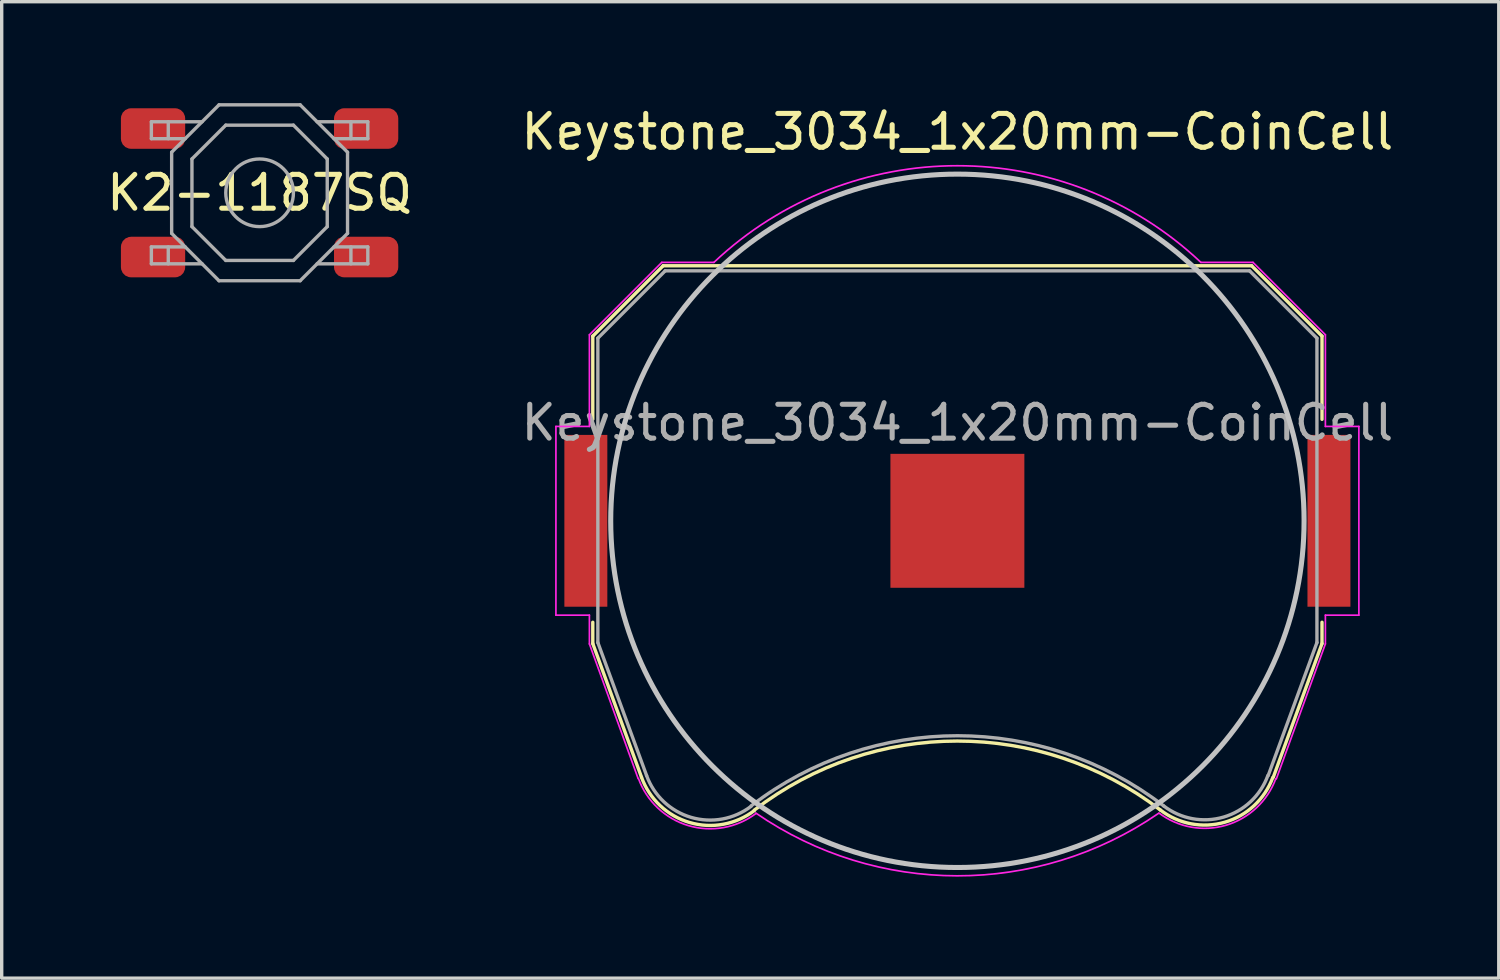
<source format=kicad_pcb>
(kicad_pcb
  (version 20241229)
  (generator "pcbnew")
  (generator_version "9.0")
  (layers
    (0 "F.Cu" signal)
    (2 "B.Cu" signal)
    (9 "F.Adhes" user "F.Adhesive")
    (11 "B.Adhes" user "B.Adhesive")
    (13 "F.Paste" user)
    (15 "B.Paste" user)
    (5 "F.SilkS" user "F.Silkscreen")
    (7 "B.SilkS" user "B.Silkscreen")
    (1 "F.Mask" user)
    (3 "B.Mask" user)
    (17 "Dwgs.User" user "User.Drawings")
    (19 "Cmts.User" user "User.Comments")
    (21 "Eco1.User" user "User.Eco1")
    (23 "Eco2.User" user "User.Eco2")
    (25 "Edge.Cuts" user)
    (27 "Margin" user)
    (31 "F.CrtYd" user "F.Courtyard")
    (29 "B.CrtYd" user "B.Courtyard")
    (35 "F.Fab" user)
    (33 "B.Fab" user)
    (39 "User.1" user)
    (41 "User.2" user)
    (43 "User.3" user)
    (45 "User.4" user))
  (footprint "K2-1187SQ"
    (layer "F.Cu")
    (at 4.625 2.65)
    (property "Reference" "K2-1187SQ" (at 0 0 0) (unlocked yes) (layer "F.SilkS") (effects (font (size 1 1) (thickness 0.15))))
    (fp_line (start -3.2 -2.1) (end -3.2 -1.6) (stroke (width 0.1) (type solid)) (layer "F.Fab"))
    (fp_line (start -3.2 -1.6) (end -2.2 -1.6) (stroke (width 0.1) (type solid)) (layer "F.Fab"))
    (fp_line (start -3.2 1.6) (end -2.2 1.6) (stroke (width 0.1) (type solid)) (layer "F.Fab"))
    (fp_line (start -3.2 2.1) (end -3.2 1.6) (stroke (width 0.1) (type solid)) (layer "F.Fab"))
    (fp_line (start -2.7 -2.1) (end -2.7 -1.6) (stroke (width 0.1) (type solid)) (layer "F.Fab"))
    (fp_line (start -2.7 2.1) (end -2.7 1.6) (stroke (width 0.1) (type solid)) (layer "F.Fab"))
    (fp_line (start -2.6 -1.2) (end -2.6 1.2) (stroke (width 0.1) (type solid)) (layer "F.Fab"))
    (fp_line (start -2.6 1.2) (end -1.2 2.6) (stroke (width 0.1) (type solid)) (layer "F.Fab"))
    (fp_line (start -2 -1) (end -1 -2) (stroke (width 0.1) (type solid)) (layer "F.Fab"))
    (fp_line (start -2 1) (end -2 -1) (stroke (width 0.1) (type solid)) (layer "F.Fab"))
    (fp_line (start -1.7 -2.1) (end -3.2 -2.1) (stroke (width 0.1) (type solid)) (layer "F.Fab"))
    (fp_line (start -1.7 2.1) (end -3.2 2.1) (stroke (width 0.1) (type solid)) (layer "F.Fab"))
    (fp_line (start -1.2 -2.6) (end -2.6 -1.2) (stroke (width 0.1) (type solid)) (layer "F.Fab"))
    (fp_line (start -1.2 2.6) (end 1.2 2.6) (stroke (width 0.1) (type solid)) (layer "F.Fab"))
    (fp_line (start -1 -2) (end 1 -2) (stroke (width 0.1) (type solid)) (layer "F.Fab"))
    (fp_line (start -1 2) (end -2 1) (stroke (width 0.1) (type solid)) (layer "F.Fab"))
    (fp_line (start 1 -2) (end 2 -1) (stroke (width 0.1) (type solid)) (layer "F.Fab"))
    (fp_line (start 1 2) (end -1 2) (stroke (width 0.1) (type solid)) (layer "F.Fab"))
    (fp_line (start 1.2 -2.6) (end -1.2 -2.6) (stroke (width 0.1) (type solid)) (layer "F.Fab"))
    (fp_line (start 1.2 2.6) (end 2.6 1.2) (stroke (width 0.1) (type solid)) (layer "F.Fab"))
    (fp_line (start 1.7 -2.1) (end 3.2 -2.1) (stroke (width 0.1) (type solid)) (layer "F.Fab"))
    (fp_line (start 1.7 2.1) (end 3.2 2.1) (stroke (width 0.1) (type solid)) (layer "F.Fab"))
    (fp_line (start 2 -1) (end 2 1) (stroke (width 0.1) (type solid)) (layer "F.Fab"))
    (fp_line (start 2 1) (end 1 2) (stroke (width 0.1) (type solid)) (layer "F.Fab"))
    (fp_line (start 2.6 -1.2) (end 1.2 -2.6) (stroke (width 0.1) (type solid)) (layer "F.Fab"))
    (fp_line (start 2.6 1.2) (end 2.6 -1.2) (stroke (width 0.1) (type solid)) (layer "F.Fab"))
    (fp_line (start 2.7 -2.1) (end 2.7 -1.6) (stroke (width 0.1) (type solid)) (layer "F.Fab"))
    (fp_line (start 2.7 2.1) (end 2.7 1.6) (stroke (width 0.1) (type solid)) (layer "F.Fab"))
    (fp_line (start 3.2 -2.1) (end 3.2 -1.6) (stroke (width 0.1) (type solid)) (layer "F.Fab"))
    (fp_line (start 3.2 -1.6) (end 2.2 -1.6) (stroke (width 0.1) (type solid)) (layer "F.Fab"))
    (fp_line (start 3.2 1.6) (end 2.2 1.6) (stroke (width 0.1) (type solid)) (layer "F.Fab"))
    (fp_line (start 3.2 2.1) (end 3.2 1.6) (stroke (width 0.1) (type solid)) (layer "F.Fab"))
    (fp_circle (center 0 0) (end 1 0) (stroke (width 0.1) (type solid)) (fill no) (layer "F.Fab"))
    (pad "1" smd roundrect (at -3.15 -1.9) (size 1.9 1.2) (layers "F.Cu" "F.Mask" "F.Paste") (roundrect_rratio 0.25))
    (pad "1" smd roundrect (at 3.15 -1.9) (size 1.9 1.2) (layers "F.Cu" "F.Mask" "F.Paste") (roundrect_rratio 0.25))
    (pad "2" smd roundrect (at -3.15 1.9) (size 1.9 1.2) (layers "F.Cu" "F.Mask" "F.Paste") (roundrect_rratio 0.25))
    (pad "2" smd roundrect (at 3.15 1.9) (size 1.9 1.2) (layers "F.Cu" "F.Mask" "F.Paste") (roundrect_rratio 0.25)))
  (footprint "Keystone_3034_1x20mm-CoinCell"
    (layer "F.Cu")
    (at 25.256 12.348)
    (property "Reference" "Keystone_3034_1x20mm-CoinCell" (at 0 -11.5 0) (layer "F.SilkS") (effects (font (size 1 1) (thickness 0.15))))
    (attr smd)
    (fp_line (start -10.78 -5.46) (end -10.78 -3) (stroke (width 0.1) (type solid)) (layer "F.SilkS"))
    (fp_line (start -10.78 3) (end -10.78 3.63) (stroke (width 0.1) (type solid)) (layer "F.SilkS"))
    (fp_line (start -10.78 3.63) (end -9.34 7.58) (stroke (width 0.1) (type solid)) (layer "F.SilkS"))
    (fp_line (start -8.7 -7.54) (end -10.78 -5.46) (stroke (width 0.1) (type solid)) (layer "F.SilkS"))
    (fp_line (start 8.7 -7.54) (end -8.7 -7.54) (stroke (width 0.1) (type solid)) (layer "F.SilkS"))
    (fp_line (start 8.7 -7.54) (end 10.78 -5.46) (stroke (width 0.1) (type solid)) (layer "F.SilkS"))
    (fp_line (start 10.78 -5.46) (end 10.78 -3) (stroke (width 0.1) (type solid)) (layer "F.SilkS"))
    (fp_line (start 10.78 3) (end 10.78 3.63) (stroke (width 0.1) (type solid)) (layer "F.SilkS"))
    (fp_line (start 10.78 3.63) (end 9.34 7.58) (stroke (width 0.1) (type solid)) (layer "F.SilkS"))
    (fp_arc (start -6.0046 8.553536) (mid -0.002901 6.511341) (end 6 8.55) (stroke (width 0.1) (type solid)) (layer "F.SilkS"))
    (fp_arc (start -6.003354 8.56653) (mid -7.921654 8.918738) (end -9.34 7.58) (stroke (width 0.1) (type solid)) (layer "F.SilkS"))
    (fp_arc (start 9.325243 7.588169) (mid 7.90634 8.911668) (end 6 8.55) (stroke (width 0.1) (type solid)) (layer "F.SilkS"))
    (fp_circle (center 0 0) (end 0 10.25) (stroke (width 0.15) (type solid)) (fill no) (layer "Dwgs.User"))
    (fp_line (start -11.87 -2.79) (end -11.87 2.79) (stroke (width 0.05) (type solid)) (layer "F.CrtYd"))
    (fp_line (start -11.87 2.79) (end -10.88 2.79) (stroke (width 0.05) (type solid)) (layer "F.CrtYd"))
    (fp_line (start -10.88 -5.5) (end -10.88 -2.79) (stroke (width 0.05) (type solid)) (layer "F.CrtYd"))
    (fp_line (start -10.88 -2.79) (end -11.87 -2.79) (stroke (width 0.05) (type solid)) (layer "F.CrtYd"))
    (fp_line (start -10.88 2.79) (end -10.88 3.64) (stroke (width 0.05) (type solid)) (layer "F.CrtYd"))
    (fp_line (start -10.88 3.64) (end -9.44 7.62) (stroke (width 0.05) (type solid)) (layer "F.CrtYd"))
    (fp_line (start -8.74 -7.64) (end -10.88 -5.5) (stroke (width 0.05) (type solid)) (layer "F.CrtYd"))
    (fp_line (start -7.2 -7.64) (end -8.74 -7.64) (stroke (width 0.05) (type solid)) (layer "F.CrtYd"))
    (fp_line (start 8.74 -7.64) (end 7.2 -7.64) (stroke (width 0.05) (type solid)) (layer "F.CrtYd"))
    (fp_line (start 9.43 7.63) (end 10.88 3.64) (stroke (width 0.05) (type solid)) (layer "F.CrtYd"))
    (fp_line (start 10.88 -5.5) (end 8.74 -7.64) (stroke (width 0.05) (type solid)) (layer "F.CrtYd"))
    (fp_line (start 10.88 -2.79) (end 10.88 -5.5) (stroke (width 0.05) (type solid)) (layer "F.CrtYd"))
    (fp_line (start 10.88 2.79) (end 11.87 2.79) (stroke (width 0.05) (type solid)) (layer "F.CrtYd"))
    (fp_line (start 10.88 3.64) (end 10.88 2.79) (stroke (width 0.05) (type solid)) (layer "F.CrtYd"))
    (fp_line (start 11.87 -2.79) (end 10.88 -2.79) (stroke (width 0.05) (type solid)) (layer "F.CrtYd"))
    (fp_line (start 11.87 2.79) (end 11.87 -2.79) (stroke (width 0.05) (type solid)) (layer "F.CrtYd"))
    (fp_arc (start -7.199546 -7.640427) (mid 0.000312 -10.498075) (end 7.2 -7.64) (stroke (width 0.05) (type solid)) (layer "F.CrtYd"))
    (fp_arc (start -5.956965 8.654604) (mid -7.953941 9.011629) (end -9.43 7.62) (stroke (width 0.05) (type solid)) (layer "F.CrtYd"))
    (fp_arc (start 5.945368 8.650075) (mid -0.008883 10.496243) (end -5.96 8.64) (stroke (width 0.05) (type solid)) (layer "F.CrtYd"))
    (fp_arc (start 9.415144 7.621341) (mid 7.944017 9.000493) (end 5.96 8.64) (stroke (width 0.05) (type solid)) (layer "F.CrtYd"))
    (fp_line (start -10.63 -5.4) (end -8.64 -7.39) (stroke (width 0.1) (type solid)) (layer "F.Fab"))
    (fp_line (start -10.63 3.6) (end -10.63 -5.4) (stroke (width 0.1) (type solid)) (layer "F.Fab"))
    (fp_line (start -9.19 7.53) (end -10.63 3.6) (stroke (width 0.1) (type solid)) (layer "F.Fab"))
    (fp_line (start -8.64 -7.39) (end 8.64 -7.39) (stroke (width 0.1) (type solid)) (layer "F.Fab"))
    (fp_line (start 8.64 -7.39) (end 10.63 -5.4) (stroke (width 0.1) (type solid)) (layer "F.Fab"))
    (fp_line (start 10.63 -5.4) (end 10.63 3.6) (stroke (width 0.1) (type solid)) (layer "F.Fab"))
    (fp_line (start 10.63 3.6) (end 9.19 7.53) (stroke (width 0.1) (type solid)) (layer "F.Fab"))
    (fp_arc (start -6.096146 8.438508) (mid -7.87328 8.768206) (end -9.19 7.53) (stroke (width 0.1) (type solid)) (layer "F.Fab"))
    (fp_arc (start -6.094852 8.426043) (mid 0.003247 6.355257) (end 6.1 8.43) (stroke (width 0.1) (type solid)) (layer "F.Fab"))
    (fp_arc (start 9.180727 7.528882) (mid 7.868698 8.760067) (end 6.1 8.43) (stroke (width 0.1) (type solid)) (layer "F.Fab"))
    (fp_text user "${REFERENCE}" (at 0 -2.9 0) (layer "F.Fab") (effects (font (size 1 1) (thickness 0.15))))
    (pad "1" smd rect (at -10.985 0) (size 1.27 5.08) (layers "F.Cu" "F.Mask" "F.Paste"))
    (pad "1" smd rect (at 10.985 0) (size 1.27 5.08) (layers "F.Cu" "F.Mask" "F.Paste"))
    (pad "2" smd rect (at 0 0) (size 3.96 3.96) (layers "F.Cu" "F.Mask" "F.Paste")))
  (gr_rect
    (start -3 -3)
    (end 41.262 25.869)
    (stroke (width 0.1) (type default))
    (fill no)
    (layer "Edge.Cuts")))
</source>
